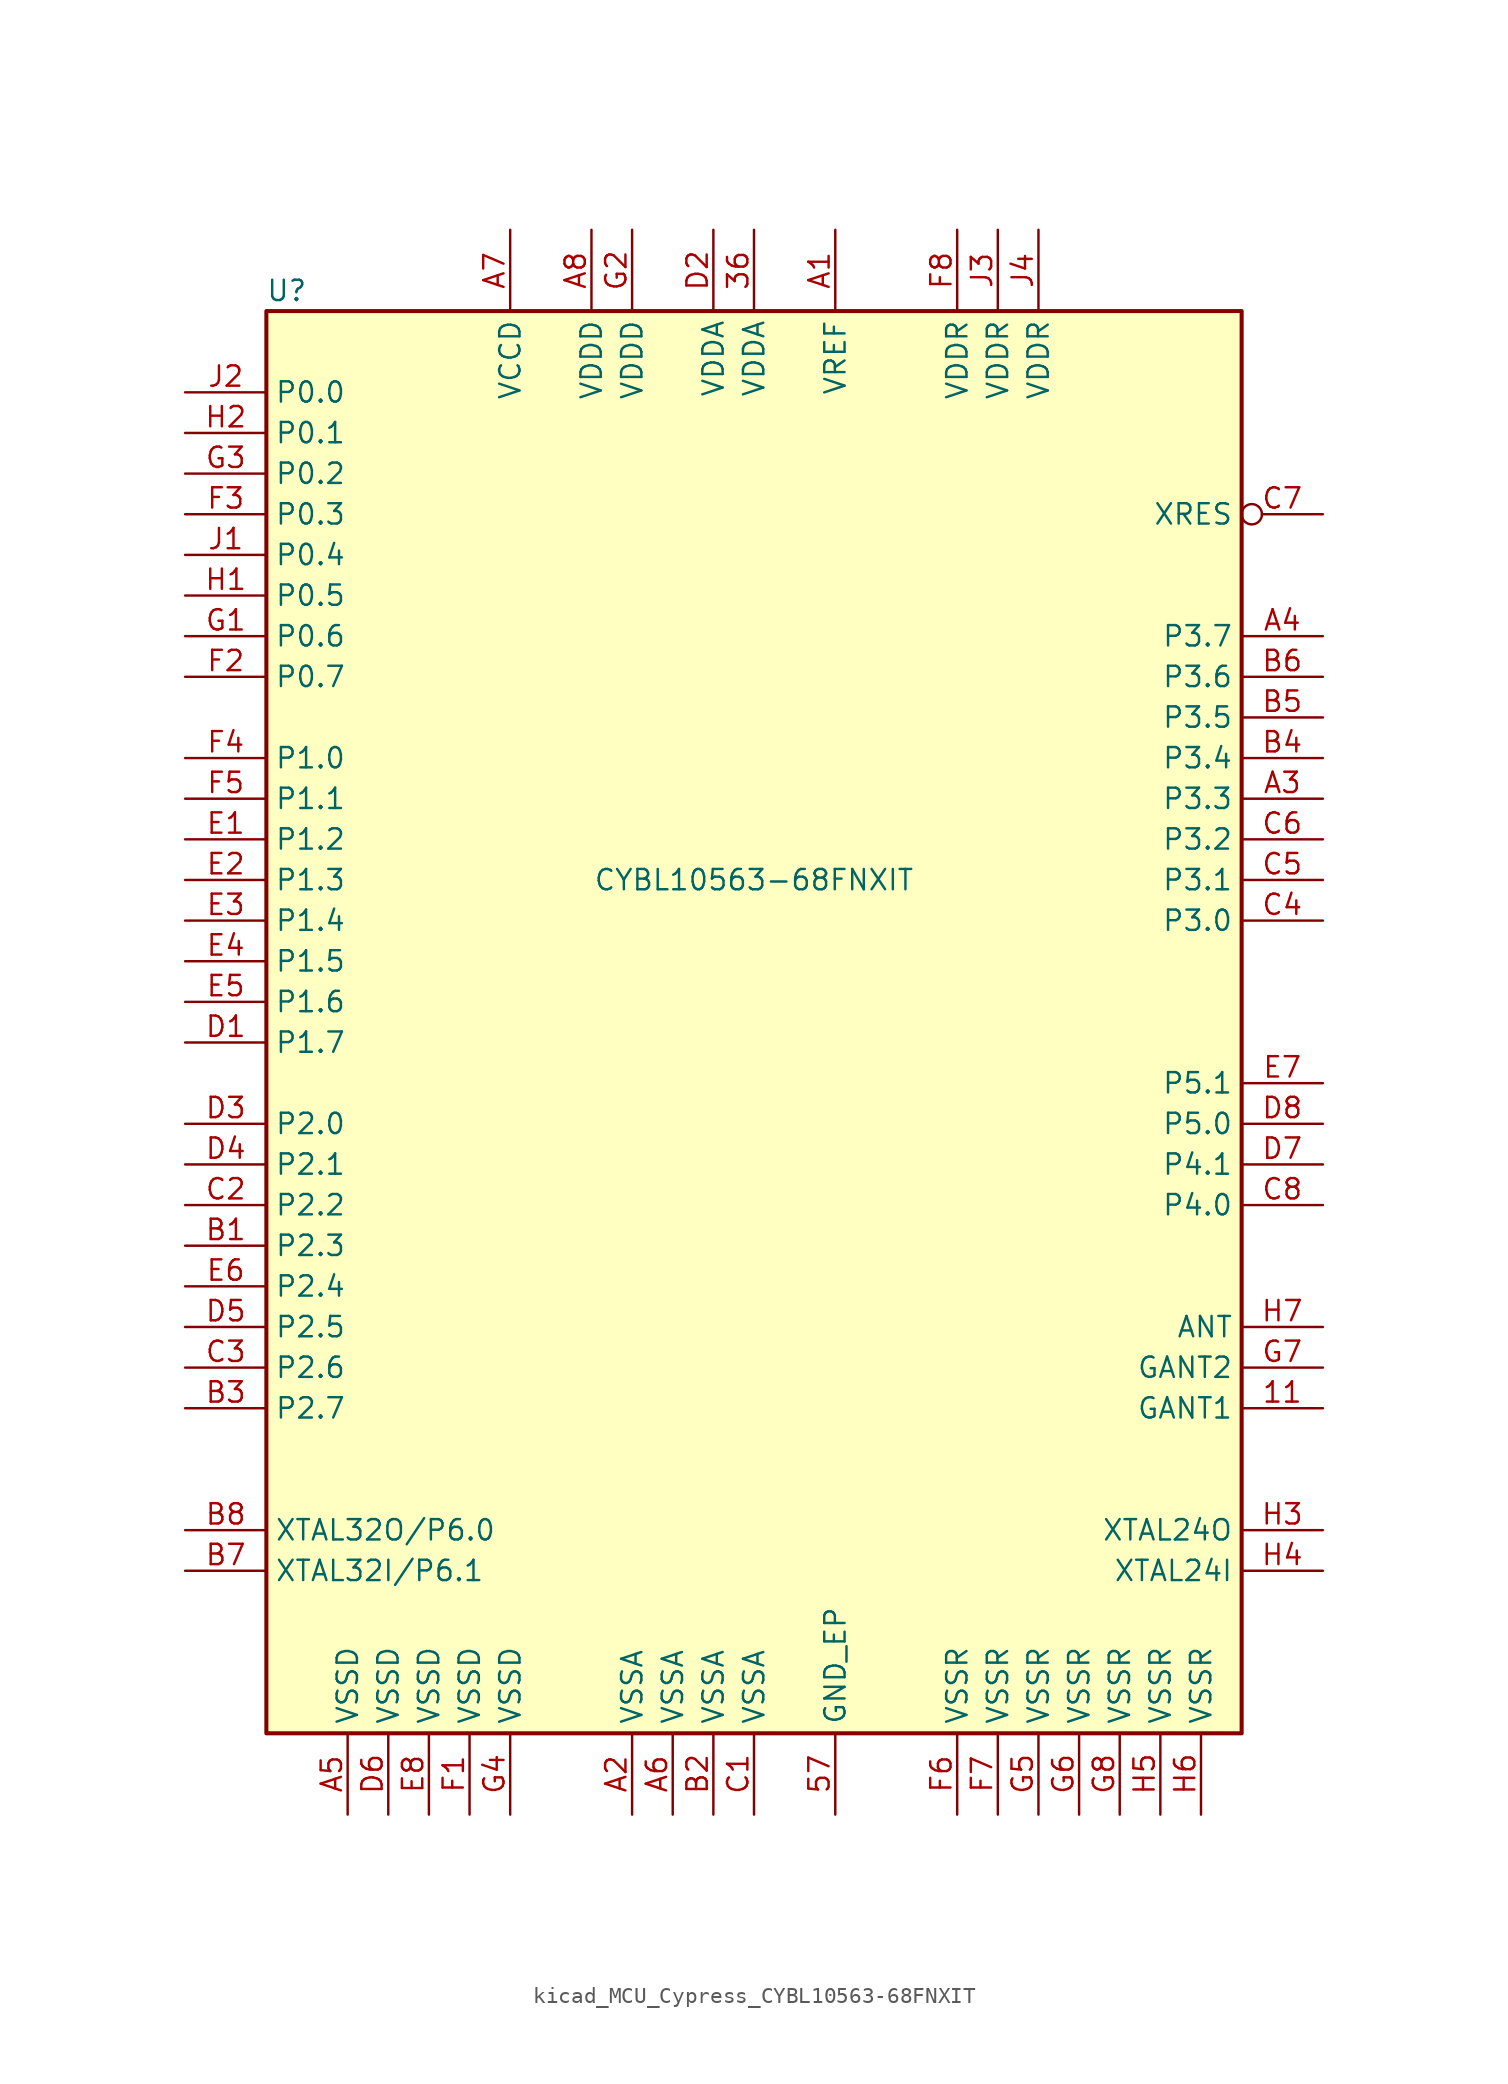
<source format=kicad_sym>
(kicad_symbol_lib
  (version 20220914)
  (generator kicad_symbol_editor)
  (symbol "kicad_MCU_Cypress_CYBL10563-68FNXIT"
    (property "Reference" "U"
      (at -29.21 39.37 0)
      (effects (font (size 1.27 1.27))))
    (property "Value" "CYBL10563-68FNXIT"
      (at 0 2.54 0)
      (effects (font (size 1.27 1.27))))
    (symbol "kicad_MCU_Cypress_CYBL10563-68FNXIT_1_0"
      (rectangle (start -30.48 -50.8) (end 30.48 38.1) (stroke (width 0.254) (type default)) (fill (type background))))
    (symbol "kicad_MCU_Cypress_CYBL10563-68FNXIT_1_1"
      (pin power_in line (at 35.56 -30.48 180) (length 5.08) (name "GANT1" (effects (font (size 1.27 1.27)))) (number "11" (effects (font (size 1.27 1.27)))))
      (pin power_in line (at 0 43.18 270) (length 5.08) (name "VDDA" (effects (font (size 1.27 1.27)))) (number "36" (effects (font (size 1.27 1.27)))))
      (pin power_in line (at 5.08 -55.88 90) (length 5.08) (name "GND_EP" (effects (font (size 1.27 1.27)))) (number "57" (effects (font (size 1.27 1.27)))))
      (pin passive line (at 5.08 43.18 270) (length 5.08) (name "VREF" (effects (font (size 1.27 1.27)))) (number "A1" (effects (font (size 1.27 1.27)))))
      (pin power_in line (at -7.62 -55.88 90) (length 5.08) (name "VSSA" (effects (font (size 1.27 1.27)))) (number "A2" (effects (font (size 1.27 1.27)))))
      (pin bidirectional line (at 35.56 7.62 180) (length 5.08) (name "P3.3" (effects (font (size 1.27 1.27)))) (number "A3" (effects (font (size 1.27 1.27)))))
      (pin bidirectional line (at 35.56 17.78 180) (length 5.08) (name "P3.7" (effects (font (size 1.27 1.27)))) (number "A4" (effects (font (size 1.27 1.27)))))
      (pin power_in line (at -25.4 -55.88 90) (length 5.08) (name "VSSD" (effects (font (size 1.27 1.27)))) (number "A5" (effects (font (size 1.27 1.27)))))
      (pin power_in line (at -5.08 -55.88 90) (length 5.08) (name "VSSA" (effects (font (size 1.27 1.27)))) (number "A6" (effects (font (size 1.27 1.27)))))
      (pin power_out line (at -15.24 43.18 270) (length 5.08) (name "VCCD" (effects (font (size 1.27 1.27)))) (number "A7" (effects (font (size 1.27 1.27)))))
      (pin power_in line (at -10.16 43.18 270) (length 5.08) (name "VDDD" (effects (font (size 1.27 1.27)))) (number "A8" (effects (font (size 1.27 1.27)))))
      (pin bidirectional line (at -35.56 -20.32 0) (length 5.08) (name "P2.3" (effects (font (size 1.27 1.27)))) (number "B1" (effects (font (size 1.27 1.27)))))
      (pin bidirectional line (at -2.54 -55.88 90) (length 5.08) (name "VSSA" (effects (font (size 1.27 1.27)))) (number "B2" (effects (font (size 1.27 1.27)))))
      (pin bidirectional line (at -35.56 -30.48 0) (length 5.08) (name "P2.7" (effects (font (size 1.27 1.27)))) (number "B3" (effects (font (size 1.27 1.27)))))
      (pin bidirectional line (at 35.56 10.16 180) (length 5.08) (name "P3.4" (effects (font (size 1.27 1.27)))) (number "B4" (effects (font (size 1.27 1.27)))))
      (pin bidirectional line (at 35.56 12.7 180) (length 5.08) (name "P3.5" (effects (font (size 1.27 1.27)))) (number "B5" (effects (font (size 1.27 1.27)))))
      (pin bidirectional line (at 35.56 15.24 180) (length 5.08) (name "P3.6" (effects (font (size 1.27 1.27)))) (number "B6" (effects (font (size 1.27 1.27)))))
      (pin bidirectional line (at -35.56 -40.64 0) (length 5.08) (name "XTAL32I/P6.1" (effects (font (size 1.27 1.27)))) (number "B7" (effects (font (size 1.27 1.27)))))
      (pin bidirectional line (at -35.56 -38.1 0) (length 5.08) (name "XTAL32O/P6.0" (effects (font (size 1.27 1.27)))) (number "B8" (effects (font (size 1.27 1.27)))))
      (pin power_in line (at 0 -55.88 90) (length 5.08) (name "VSSA" (effects (font (size 1.27 1.27)))) (number "C1" (effects (font (size 1.27 1.27)))))
      (pin bidirectional line (at -35.56 -17.78 0) (length 5.08) (name "P2.2" (effects (font (size 1.27 1.27)))) (number "C2" (effects (font (size 1.27 1.27)))))
      (pin bidirectional line (at -35.56 -27.94 0) (length 5.08) (name "P2.6" (effects (font (size 1.27 1.27)))) (number "C3" (effects (font (size 1.27 1.27)))))
      (pin bidirectional line (at 35.56 0 180) (length 5.08) (name "P3.0" (effects (font (size 1.27 1.27)))) (number "C4" (effects (font (size 1.27 1.27)))))
      (pin bidirectional line (at 35.56 2.54 180) (length 5.08) (name "P3.1" (effects (font (size 1.27 1.27)))) (number "C5" (effects (font (size 1.27 1.27)))))
      (pin bidirectional line (at 35.56 5.08 180) (length 5.08) (name "P3.2" (effects (font (size 1.27 1.27)))) (number "C6" (effects (font (size 1.27 1.27)))))
      (pin input inverted (at 35.56 25.4 180) (length 5.08) (name "XRES" (effects (font (size 1.27 1.27)))) (number "C7" (effects (font (size 1.27 1.27)))))
      (pin bidirectional line (at 35.56 -17.78 180) (length 5.08) (name "P4.0" (effects (font (size 1.27 1.27)))) (number "C8" (effects (font (size 1.27 1.27)))))
      (pin bidirectional line (at -35.56 -7.62 0) (length 5.08) (name "P1.7" (effects (font (size 1.27 1.27)))) (number "D1" (effects (font (size 1.27 1.27)))))
      (pin power_in line (at -2.54 43.18 270) (length 5.08) (name "VDDA" (effects (font (size 1.27 1.27)))) (number "D2" (effects (font (size 1.27 1.27)))))
      (pin bidirectional line (at -35.56 -12.7 0) (length 5.08) (name "P2.0" (effects (font (size 1.27 1.27)))) (number "D3" (effects (font (size 1.27 1.27)))))
      (pin bidirectional line (at -35.56 -15.24 0) (length 5.08) (name "P2.1" (effects (font (size 1.27 1.27)))) (number "D4" (effects (font (size 1.27 1.27)))))
      (pin bidirectional line (at -35.56 -25.4 0) (length 5.08) (name "P2.5" (effects (font (size 1.27 1.27)))) (number "D5" (effects (font (size 1.27 1.27)))))
      (pin power_in line (at -22.86 -55.88 90) (length 5.08) (name "VSSD" (effects (font (size 1.27 1.27)))) (number "D6" (effects (font (size 1.27 1.27)))))
      (pin bidirectional line (at 35.56 -15.24 180) (length 5.08) (name "P4.1" (effects (font (size 1.27 1.27)))) (number "D7" (effects (font (size 1.27 1.27)))))
      (pin bidirectional line (at 35.56 -12.7 180) (length 5.08) (name "P5.0" (effects (font (size 1.27 1.27)))) (number "D8" (effects (font (size 1.27 1.27)))))
      (pin bidirectional line (at -35.56 5.08 0) (length 5.08) (name "P1.2" (effects (font (size 1.27 1.27)))) (number "E1" (effects (font (size 1.27 1.27)))))
      (pin bidirectional line (at -35.56 2.54 0) (length 5.08) (name "P1.3" (effects (font (size 1.27 1.27)))) (number "E2" (effects (font (size 1.27 1.27)))))
      (pin bidirectional line (at -35.56 0 0) (length 5.08) (name "P1.4" (effects (font (size 1.27 1.27)))) (number "E3" (effects (font (size 1.27 1.27)))))
      (pin bidirectional line (at -35.56 -2.54 0) (length 5.08) (name "P1.5" (effects (font (size 1.27 1.27)))) (number "E4" (effects (font (size 1.27 1.27)))))
      (pin bidirectional line (at -35.56 -5.08 0) (length 5.08) (name "P1.6" (effects (font (size 1.27 1.27)))) (number "E5" (effects (font (size 1.27 1.27)))))
      (pin bidirectional line (at -35.56 -22.86 0) (length 5.08) (name "P2.4" (effects (font (size 1.27 1.27)))) (number "E6" (effects (font (size 1.27 1.27)))))
      (pin bidirectional line (at 35.56 -10.16 180) (length 5.08) (name "P5.1" (effects (font (size 1.27 1.27)))) (number "E7" (effects (font (size 1.27 1.27)))))
      (pin power_in line (at -20.32 -55.88 90) (length 5.08) (name "VSSD" (effects (font (size 1.27 1.27)))) (number "E8" (effects (font (size 1.27 1.27)))))
      (pin power_in line (at -17.78 -55.88 90) (length 5.08) (name "VSSD" (effects (font (size 1.27 1.27)))) (number "F1" (effects (font (size 1.27 1.27)))))
      (pin bidirectional line (at -35.56 15.24 0) (length 5.08) (name "P0.7" (effects (font (size 1.27 1.27)))) (number "F2" (effects (font (size 1.27 1.27)))))
      (pin bidirectional line (at -35.56 25.4 0) (length 5.08) (name "P0.3" (effects (font (size 1.27 1.27)))) (number "F3" (effects (font (size 1.27 1.27)))))
      (pin bidirectional line (at -35.56 10.16 0) (length 5.08) (name "P1.0" (effects (font (size 1.27 1.27)))) (number "F4" (effects (font (size 1.27 1.27)))))
      (pin bidirectional line (at -35.56 7.62 0) (length 5.08) (name "P1.1" (effects (font (size 1.27 1.27)))) (number "F5" (effects (font (size 1.27 1.27)))))
      (pin power_in line (at 12.7 -55.88 90) (length 5.08) (name "VSSR" (effects (font (size 1.27 1.27)))) (number "F6" (effects (font (size 1.27 1.27)))))
      (pin power_in line (at 15.24 -55.88 90) (length 5.08) (name "VSSR" (effects (font (size 1.27 1.27)))) (number "F7" (effects (font (size 1.27 1.27)))))
      (pin power_in line (at 12.7 43.18 270) (length 5.08) (name "VDDR" (effects (font (size 1.27 1.27)))) (number "F8" (effects (font (size 1.27 1.27)))))
      (pin bidirectional line (at -35.56 17.78 0) (length 5.08) (name "P0.6" (effects (font (size 1.27 1.27)))) (number "G1" (effects (font (size 1.27 1.27)))))
      (pin power_in line (at -7.62 43.18 270) (length 5.08) (name "VDDD" (effects (font (size 1.27 1.27)))) (number "G2" (effects (font (size 1.27 1.27)))))
      (pin bidirectional line (at -35.56 27.94 0) (length 5.08) (name "P0.2" (effects (font (size 1.27 1.27)))) (number "G3" (effects (font (size 1.27 1.27)))))
      (pin power_in line (at -15.24 -55.88 90) (length 5.08) (name "VSSD" (effects (font (size 1.27 1.27)))) (number "G4" (effects (font (size 1.27 1.27)))))
      (pin power_in line (at 17.78 -55.88 90) (length 5.08) (name "VSSR" (effects (font (size 1.27 1.27)))) (number "G5" (effects (font (size 1.27 1.27)))))
      (pin power_in line (at 20.32 -55.88 90) (length 5.08) (name "VSSR" (effects (font (size 1.27 1.27)))) (number "G6" (effects (font (size 1.27 1.27)))))
      (pin power_in line (at 35.56 -27.94 180) (length 5.08) (name "GANT2" (effects (font (size 1.27 1.27)))) (number "G7" (effects (font (size 1.27 1.27)))))
      (pin power_in line (at 22.86 -55.88 90) (length 5.08) (name "VSSR" (effects (font (size 1.27 1.27)))) (number "G8" (effects (font (size 1.27 1.27)))))
      (pin bidirectional line (at -35.56 20.32 0) (length 5.08) (name "P0.5" (effects (font (size 1.27 1.27)))) (number "H1" (effects (font (size 1.27 1.27)))))
      (pin bidirectional line (at -35.56 30.48 0) (length 5.08) (name "P0.1" (effects (font (size 1.27 1.27)))) (number "H2" (effects (font (size 1.27 1.27)))))
      (pin output line (at 35.56 -38.1 180) (length 5.08) (name "XTAL24O" (effects (font (size 1.27 1.27)))) (number "H3" (effects (font (size 1.27 1.27)))))
      (pin input line (at 35.56 -40.64 180) (length 5.08) (name "XTAL24I" (effects (font (size 1.27 1.27)))) (number "H4" (effects (font (size 1.27 1.27)))))
      (pin power_in line (at 25.4 -55.88 90) (length 5.08) (name "VSSR" (effects (font (size 1.27 1.27)))) (number "H5" (effects (font (size 1.27 1.27)))))
      (pin power_in line (at 27.94 -55.88 90) (length 5.08) (name "VSSR" (effects (font (size 1.27 1.27)))) (number "H6" (effects (font (size 1.27 1.27)))))
      (pin output line (at 35.56 -25.4 180) (length 5.08) (name "ANT" (effects (font (size 1.27 1.27)))) (number "H7" (effects (font (size 1.27 1.27)))))
      (pin bidirectional line (at -35.56 22.86 0) (length 5.08) (name "P0.4" (effects (font (size 1.27 1.27)))) (number "J1" (effects (font (size 1.27 1.27)))))
      (pin bidirectional line (at -35.56 33.02 0) (length 5.08) (name "P0.0" (effects (font (size 1.27 1.27)))) (number "J2" (effects (font (size 1.27 1.27)))))
      (pin power_in line (at 15.24 43.18 270) (length 5.08) (name "VDDR" (effects (font (size 1.27 1.27)))) (number "J3" (effects (font (size 1.27 1.27)))))
      (pin power_in line (at 17.78 43.18 270) (length 5.08) (name "VDDR" (effects (font (size 1.27 1.27)))) (number "J4" (effects (font (size 1.27 1.27)))))
      (pin no_connect line (at 30.48 30.48 180) (length 2.54) hide (name "NC" (effects (font (size 1.27 1.27)))) (number "J7" (effects (font (size 1.27 1.27))))))))
</source>
